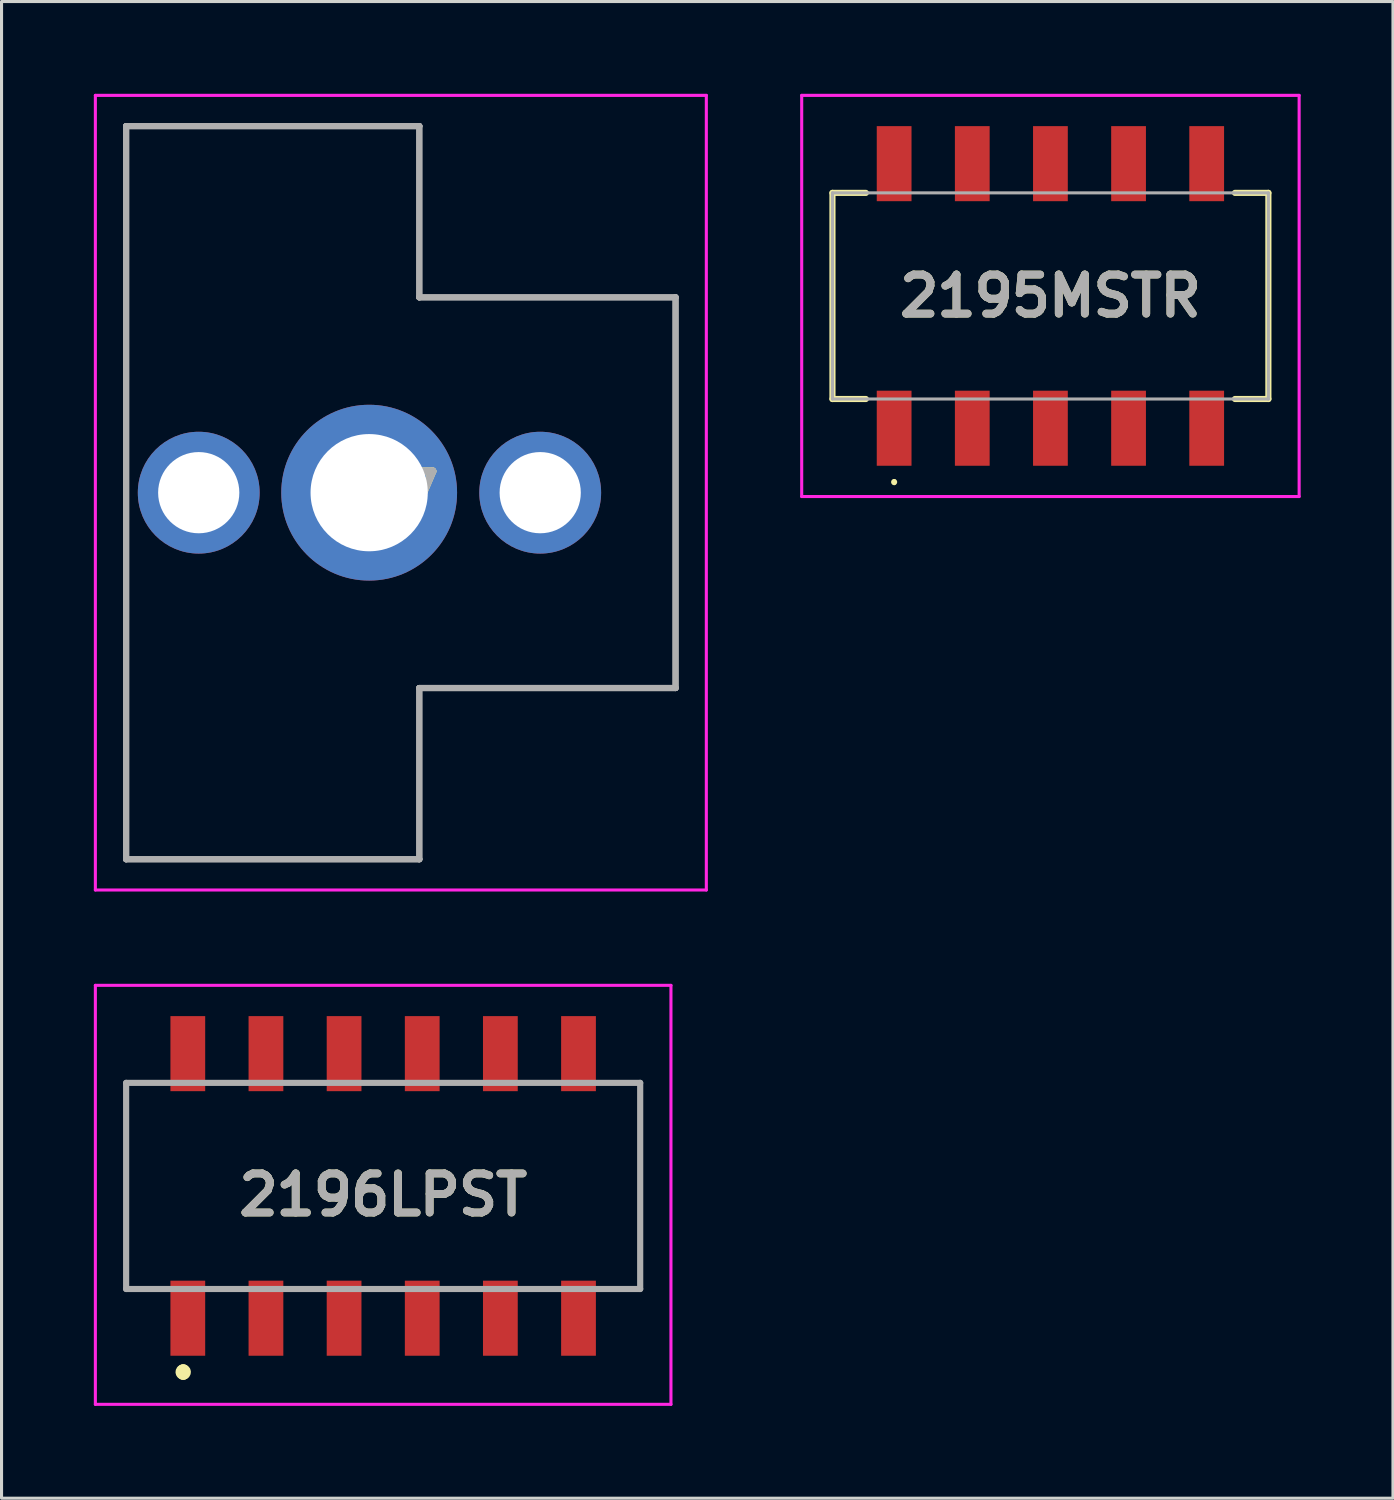
<source format=kicad_pcb>
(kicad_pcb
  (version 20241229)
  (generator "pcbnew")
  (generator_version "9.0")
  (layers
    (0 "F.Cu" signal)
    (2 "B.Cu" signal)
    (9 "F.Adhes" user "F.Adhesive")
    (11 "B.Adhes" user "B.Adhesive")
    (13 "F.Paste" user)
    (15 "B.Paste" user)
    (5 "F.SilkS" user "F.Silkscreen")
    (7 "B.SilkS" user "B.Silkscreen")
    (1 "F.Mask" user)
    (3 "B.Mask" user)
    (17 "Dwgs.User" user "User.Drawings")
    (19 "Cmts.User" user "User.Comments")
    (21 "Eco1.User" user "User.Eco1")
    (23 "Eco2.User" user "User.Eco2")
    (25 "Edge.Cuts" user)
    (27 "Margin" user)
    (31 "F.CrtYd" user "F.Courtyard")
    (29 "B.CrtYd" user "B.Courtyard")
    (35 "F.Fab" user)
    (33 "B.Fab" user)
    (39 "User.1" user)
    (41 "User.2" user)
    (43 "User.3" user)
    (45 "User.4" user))
  (footprint "2196LPST"
    (layer "F.Cu")
    (at 9.405 35.5)
    (property "Reference" "2196LPST" (at 0 0.29 0) (layer "F.SilkS") (effects (font (size 1.27 1.27) (thickness 0.254))))
    (attr smd)
    (fp_line (start -8.355 -3.35) (end -8.355 -3.35) (stroke (width 0.1) (type solid)) (layer "F.SilkS"))
    (fp_line (start -8.355 -3.35) (end -8.355 3.35) (stroke (width 0.1) (type solid)) (layer "F.SilkS"))
    (fp_line (start -8.355 3.35) (end -8.355 -3.35) (stroke (width 0.1) (type solid)) (layer "F.SilkS"))
    (fp_line (start -8.355 3.35) (end -8.355 3.35) (stroke (width 0.1) (type solid)) (layer "F.SilkS"))
    (fp_line (start -6.5 6) (end -6.5 6) (stroke (width 0.4) (type solid)) (layer "F.SilkS"))
    (fp_line (start -6.5 6.1) (end -6.5 6.1) (stroke (width 0.4) (type solid)) (layer "F.SilkS"))
    (fp_line (start 8.355 -3.35) (end 8.355 3.35) (stroke (width 0.1) (type solid)) (layer "F.SilkS"))
    (fp_arc (start -6.5 6) (mid -6.45 6.05) (end -6.5 6.1) (stroke (width 0.4) (type solid)) (layer "F.SilkS"))
    (fp_arc (start -6.5 6.1) (mid -6.55 6.05) (end -6.5 6) (stroke (width 0.4) (type solid)) (layer "F.SilkS"))
    (fp_line (start -9.355 -6.52) (end 9.355 -6.52) (stroke (width 0.1) (type solid)) (layer "F.CrtYd"))
    (fp_line (start -9.355 7.1) (end -9.355 -6.52) (stroke (width 0.1) (type solid)) (layer "F.CrtYd"))
    (fp_line (start 9.355 -6.52) (end 9.355 7.1) (stroke (width 0.1) (type solid)) (layer "F.CrtYd"))
    (fp_line (start 9.355 7.1) (end -9.355 7.1) (stroke (width 0.1) (type solid)) (layer "F.CrtYd"))
    (fp_line (start -8.355 -3.35) (end 8.355 -3.35) (stroke (width 0.2) (type solid)) (layer "F.Fab"))
    (fp_line (start -8.355 3.35) (end -8.355 -3.35) (stroke (width 0.2) (type solid)) (layer "F.Fab"))
    (fp_line (start 8.355 -3.35) (end 8.355 3.35) (stroke (width 0.2) (type solid)) (layer "F.Fab"))
    (fp_line (start 8.355 3.35) (end -8.355 3.35) (stroke (width 0.2) (type solid)) (layer "F.Fab"))
    (fp_text user "${REFERENCE}" (at 0 0.29 0) (layer "F.Fab") (effects (font (size 1.27 1.27) (thickness 0.254))))
    (pad "1" smd rect (at -6.35 4.3) (size 1.13 2.44) (layers "F.Cu" "F.Mask" "F.Paste"))
    (pad "2" smd rect (at -3.81 4.3) (size 1.13 2.44) (layers "F.Cu" "F.Mask" "F.Paste"))
    (pad "3" smd rect (at -1.27 4.3) (size 1.13 2.44) (layers "F.Cu" "F.Mask" "F.Paste"))
    (pad "4" smd rect (at 1.27 4.3) (size 1.13 2.44) (layers "F.Cu" "F.Mask" "F.Paste"))
    (pad "5" smd rect (at 3.81 4.3) (size 1.13 2.44) (layers "F.Cu" "F.Mask" "F.Paste"))
    (pad "6" smd rect (at 6.35 4.3) (size 1.13 2.44) (layers "F.Cu" "F.Mask" "F.Paste"))
    (pad "7" smd rect (at 6.35 -4.3) (size 1.13 2.44) (layers "F.Cu" "F.Mask" "F.Paste"))
    (pad "8" smd rect (at 3.81 -4.3) (size 1.13 2.44) (layers "F.Cu" "F.Mask" "F.Paste"))
    (pad "9" smd rect (at 1.27 -4.3) (size 1.13 2.44) (layers "F.Cu" "F.Mask" "F.Paste"))
    (pad "10" smd rect (at -1.27 -4.3) (size 1.13 2.44) (layers "F.Cu" "F.Mask" "F.Paste"))
    (pad "11" smd rect (at -3.81 -4.3) (size 1.13 2.44) (layers "F.Cu" "F.Mask" "F.Paste"))
    (pad "12" smd rect (at -6.35 -4.3) (size 1.13 2.44) (layers "F.Cu" "F.Mask" "F.Paste")))
  (footprint "2195MSTR"
    (layer "F.Cu")
    (at 31.095 6.57)
    (property "Reference" "2195MSTR" (at 0 0 0) (layer "F.SilkS") (effects (font (size 1.27 1.27) (thickness 0.254))))
    (attr smd)
    (fp_line (start -7.085 -3.35) (end -7.085 3.35) (stroke (width 0.2) (type solid)) (layer "F.SilkS"))
    (fp_line (start -7.085 3.35) (end -6 3.35) (stroke (width 0.2) (type solid)) (layer "F.SilkS"))
    (fp_line (start -6 -3.35) (end -7.085 -3.35) (stroke (width 0.2) (type solid)) (layer "F.SilkS"))
    (fp_line (start -5.08 6) (end -5.08 6) (stroke (width 0.1) (type solid)) (layer "F.SilkS"))
    (fp_line (start -5.08 6.1) (end -5.08 6.1) (stroke (width 0.1) (type solid)) (layer "F.SilkS"))
    (fp_line (start 6 -3.35) (end 7.085 -3.35) (stroke (width 0.2) (type solid)) (layer "F.SilkS"))
    (fp_line (start 7.085 -3.35) (end 7.085 3.35) (stroke (width 0.2) (type solid)) (layer "F.SilkS"))
    (fp_line (start 7.085 3.35) (end 6 3.35) (stroke (width 0.2) (type solid)) (layer "F.SilkS"))
    (fp_arc (start -5.08 6) (mid -5.03 6.05) (end -5.08 6.1) (stroke (width 0.1) (type solid)) (layer "F.SilkS"))
    (fp_arc (start -5.08 6.1) (mid -5.13 6.05) (end -5.08 6) (stroke (width 0.1) (type solid)) (layer "F.SilkS"))
    (fp_line (start -8.085 -6.52) (end 8.085 -6.52) (stroke (width 0.1) (type solid)) (layer "F.CrtYd"))
    (fp_line (start -8.085 6.52) (end -8.085 -6.52) (stroke (width 0.1) (type solid)) (layer "F.CrtYd"))
    (fp_line (start 8.085 -6.52) (end 8.085 6.52) (stroke (width 0.1) (type solid)) (layer "F.CrtYd"))
    (fp_line (start 8.085 6.52) (end -8.085 6.52) (stroke (width 0.1) (type solid)) (layer "F.CrtYd"))
    (fp_line (start -7.085 -3.35) (end 7.085 -3.35) (stroke (width 0.1) (type solid)) (layer "F.Fab"))
    (fp_line (start -7.085 3.35) (end -7.085 -3.35) (stroke (width 0.1) (type solid)) (layer "F.Fab"))
    (fp_line (start 7.085 -3.35) (end 7.085 3.35) (stroke (width 0.1) (type solid)) (layer "F.Fab"))
    (fp_line (start 7.085 3.35) (end -7.085 3.35) (stroke (width 0.1) (type solid)) (layer "F.Fab"))
    (fp_text user "${REFERENCE}" (at 0 0 0) (layer "F.Fab") (effects (font (size 1.27 1.27) (thickness 0.254))))
    (pad "A1" smd rect (at -5.08 4.3) (size 1.13 2.44) (layers "F.Cu" "F.Mask" "F.Paste"))
    (pad "A2" smd rect (at -2.54 4.3) (size 1.13 2.44) (layers "F.Cu" "F.Mask" "F.Paste"))
    (pad "A3" smd rect (at 0 4.3) (size 1.13 2.44) (layers "F.Cu" "F.Mask" "F.Paste"))
    (pad "A4" smd rect (at 2.54 4.3) (size 1.13 2.44) (layers "F.Cu" "F.Mask" "F.Paste"))
    (pad "A5" smd rect (at 5.08 4.3) (size 1.13 2.44) (layers "F.Cu" "F.Mask" "F.Paste"))
    (pad "B1" smd rect (at -5.08 -4.3) (size 1.13 2.44) (layers "F.Cu" "F.Mask" "F.Paste"))
    (pad "B2" smd rect (at -2.54 -4.3) (size 1.13 2.44) (layers "F.Cu" "F.Mask" "F.Paste"))
    (pad "B3" smd rect (at 0 -4.3) (size 1.13 2.44) (layers "F.Cu" "F.Mask" "F.Paste"))
    (pad "B4" smd rect (at 2.54 -4.3) (size 1.13 2.44) (layers "F.Cu" "F.Mask" "F.Paste"))
    (pad "B5" smd rect (at 5.08 -4.3) (size 1.13 2.44) (layers "F.Cu" "F.Mask" "F.Paste")))
  (footprint "87"
    (layer "F.Cu")
    (at 3.41 12.965)
    (property "Reference" "87" (at 6.57 0 0) (layer "F.SilkS") (effects (font (size 1.27 1.27) (thickness 0.254))))
    (attr through_hole)
    (fp_line (start -2.36 -11.915) (end -2.36 -11.915) (stroke (width 0.1) (type solid)) (layer "F.SilkS"))
    (fp_line (start -2.36 -11.915) (end -2.36 -11.915) (stroke (width 0.1) (type solid)) (layer "F.SilkS"))
    (fp_line (start -2.36 -11.915) (end -2.36 11.915) (stroke (width 0.1) (type solid)) (layer "F.SilkS"))
    (fp_line (start -2.36 -11.915) (end 7.17 -11.915) (stroke (width 0.1) (type solid)) (layer "F.SilkS"))
    (fp_line (start -2.36 11.915) (end -2.36 -11.915) (stroke (width 0.1) (type solid)) (layer "F.SilkS"))
    (fp_line (start -2.36 11.915) (end -2.36 11.915) (stroke (width 0.1) (type solid)) (layer "F.SilkS"))
    (fp_line (start -2.36 11.915) (end -2.36 11.915) (stroke (width 0.1) (type solid)) (layer "F.SilkS"))
    (fp_line (start -2.36 11.915) (end 7.17 11.915) (stroke (width 0.1) (type solid)) (layer "F.SilkS"))
    (fp_line (start 7.17 -11.915) (end -2.36 -11.915) (stroke (width 0.1) (type solid)) (layer "F.SilkS"))
    (fp_line (start 7.17 -11.915) (end 7.17 -11.915) (stroke (width 0.1) (type solid)) (layer "F.SilkS"))
    (fp_line (start 7.17 -11.915) (end 7.17 -11.915) (stroke (width 0.1) (type solid)) (layer "F.SilkS"))
    (fp_line (start 7.17 -11.915) (end 7.17 -6.35) (stroke (width 0.1) (type solid)) (layer "F.SilkS"))
    (fp_line (start 7.17 -6.35) (end 7.17 -11.915) (stroke (width 0.1) (type solid)) (layer "F.SilkS"))
    (fp_line (start 7.17 -6.35) (end 7.17 -6.35) (stroke (width 0.1) (type solid)) (layer "F.SilkS"))
    (fp_line (start 7.17 -6.35) (end 7.17 -6.35) (stroke (width 0.1) (type solid)) (layer "F.SilkS"))
    (fp_line (start 7.17 -6.35) (end 15.5 -6.35) (stroke (width 0.1) (type solid)) (layer "F.SilkS"))
    (fp_line (start 7.17 6.35) (end 7.17 6.35) (stroke (width 0.1) (type solid)) (layer "F.SilkS"))
    (fp_line (start 7.17 6.35) (end 7.17 6.35) (stroke (width 0.1) (type solid)) (layer "F.SilkS"))
    (fp_line (start 7.17 6.35) (end 7.17 11.915) (stroke (width 0.1) (type solid)) (layer "F.SilkS"))
    (fp_line (start 7.17 6.35) (end 15.5 6.35) (stroke (width 0.1) (type solid)) (layer "F.SilkS"))
    (fp_line (start 7.17 11.915) (end -2.36 11.915) (stroke (width 0.1) (type solid)) (layer "F.SilkS"))
    (fp_line (start 7.17 11.915) (end 7.17 6.35) (stroke (width 0.1) (type solid)) (layer "F.SilkS"))
    (fp_line (start 7.17 11.915) (end 7.17 11.915) (stroke (width 0.1) (type solid)) (layer "F.SilkS"))
    (fp_line (start 7.17 11.915) (end 7.17 11.915) (stroke (width 0.1) (type solid)) (layer "F.SilkS"))
    (fp_line (start 15.5 -6.35) (end 7.17 -6.35) (stroke (width 0.1) (type solid)) (layer "F.SilkS"))
    (fp_line (start 15.5 -6.35) (end 15.5 -6.35) (stroke (width 0.1) (type solid)) (layer "F.SilkS"))
    (fp_line (start 15.5 -6.35) (end 15.5 -6.35) (stroke (width 0.1) (type solid)) (layer "F.SilkS"))
    (fp_line (start 15.5 -6.35) (end 15.5 6.35) (stroke (width 0.1) (type solid)) (layer "F.SilkS"))
    (fp_line (start 15.5 6.35) (end 7.17 6.35) (stroke (width 0.1) (type solid)) (layer "F.SilkS"))
    (fp_line (start 15.5 6.35) (end 15.5 -6.35) (stroke (width 0.1) (type solid)) (layer "F.SilkS"))
    (fp_line (start 15.5 6.35) (end 15.5 6.35) (stroke (width 0.1) (type solid)) (layer "F.SilkS"))
    (fp_line (start 15.5 6.35) (end 15.5 6.35) (stroke (width 0.1) (type solid)) (layer "F.SilkS"))
    (fp_line (start -3.36 -12.915) (end 16.5 -12.915) (stroke (width 0.1) (type solid)) (layer "F.CrtYd"))
    (fp_line (start -3.36 12.915) (end -3.36 -12.915) (stroke (width 0.1) (type solid)) (layer "F.CrtYd"))
    (fp_line (start 16.5 -12.915) (end 16.5 12.915) (stroke (width 0.1) (type solid)) (layer "F.CrtYd"))
    (fp_line (start 16.5 12.915) (end -3.36 12.915) (stroke (width 0.1) (type solid)) (layer "F.CrtYd"))
    (fp_line (start -2.36 -11.915) (end -2.36 -11.915) (stroke (width 0.2) (type solid)) (layer "F.Fab"))
    (fp_line (start -2.36 -11.915) (end -2.36 -11.915) (stroke (width 0.2) (type solid)) (layer "F.Fab"))
    (fp_line (start -2.36 -11.915) (end -2.36 11.915) (stroke (width 0.2) (type solid)) (layer "F.Fab"))
    (fp_line (start -2.36 -11.915) (end 7.17 -11.915) (stroke (width 0.2) (type solid)) (layer "F.Fab"))
    (fp_line (start -2.36 11.915) (end -2.36 -11.915) (stroke (width 0.2) (type solid)) (layer "F.Fab"))
    (fp_line (start -2.36 11.915) (end -2.36 11.915) (stroke (width 0.2) (type solid)) (layer "F.Fab"))
    (fp_line (start -2.36 11.915) (end -2.36 11.915) (stroke (width 0.2) (type solid)) (layer "F.Fab"))
    (fp_line (start -2.36 11.915) (end 7.17 11.915) (stroke (width 0.2) (type solid)) (layer "F.Fab"))
    (fp_line (start 7.17 -11.915) (end -2.36 -11.915) (stroke (width 0.2) (type solid)) (layer "F.Fab"))
    (fp_line (start 7.17 -11.915) (end 7.17 -11.915) (stroke (width 0.2) (type solid)) (layer "F.Fab"))
    (fp_line (start 7.17 -11.915) (end 7.17 -11.915) (stroke (width 0.2) (type solid)) (layer "F.Fab"))
    (fp_line (start 7.17 -11.915) (end 7.17 -6.35) (stroke (width 0.2) (type solid)) (layer "F.Fab"))
    (fp_line (start 7.17 -6.35) (end 7.17 -11.915) (stroke (width 0.2) (type solid)) (layer "F.Fab"))
    (fp_line (start 7.17 -6.35) (end 7.17 -6.35) (stroke (width 0.2) (type solid)) (layer "F.Fab"))
    (fp_line (start 7.17 -6.35) (end 7.17 -6.35) (stroke (width 0.2) (type solid)) (layer "F.Fab"))
    (fp_line (start 7.17 -6.35) (end 15.5 -6.35) (stroke (width 0.2) (type solid)) (layer "F.Fab"))
    (fp_line (start 7.17 6.35) (end 7.17 6.35) (stroke (width 0.2) (type solid)) (layer "F.Fab"))
    (fp_line (start 7.17 6.35) (end 7.17 6.35) (stroke (width 0.2) (type solid)) (layer "F.Fab"))
    (fp_line (start 7.17 6.35) (end 7.17 11.915) (stroke (width 0.2) (type solid)) (layer "F.Fab"))
    (fp_line (start 7.17 6.35) (end 15.5 6.35) (stroke (width 0.2) (type solid)) (layer "F.Fab"))
    (fp_line (start 7.17 11.915) (end -2.36 11.915) (stroke (width 0.2) (type solid)) (layer "F.Fab"))
    (fp_line (start 7.17 11.915) (end 7.17 6.35) (stroke (width 0.2) (type solid)) (layer "F.Fab"))
    (fp_line (start 7.17 11.915) (end 7.17 11.915) (stroke (width 0.2) (type solid)) (layer "F.Fab"))
    (fp_line (start 7.17 11.915) (end 7.17 11.915) (stroke (width 0.2) (type solid)) (layer "F.Fab"))
    (fp_line (start 15.5 -6.35) (end 7.17 -6.35) (stroke (width 0.2) (type solid)) (layer "F.Fab"))
    (fp_line (start 15.5 -6.35) (end 15.5 -6.35) (stroke (width 0.2) (type solid)) (layer "F.Fab"))
    (fp_line (start 15.5 -6.35) (end 15.5 -6.35) (stroke (width 0.2) (type solid)) (layer "F.Fab"))
    (fp_line (start 15.5 -6.35) (end 15.5 6.35) (stroke (width 0.2) (type solid)) (layer "F.Fab"))
    (fp_line (start 15.5 6.35) (end 7.17 6.35) (stroke (width 0.2) (type solid)) (layer "F.Fab"))
    (fp_line (start 15.5 6.35) (end 15.5 -6.35) (stroke (width 0.2) (type solid)) (layer "F.Fab"))
    (fp_line (start 15.5 6.35) (end 15.5 6.35) (stroke (width 0.2) (type solid)) (layer "F.Fab"))
    (fp_line (start 15.5 6.35) (end 15.5 6.35) (stroke (width 0.2) (type solid)) (layer "F.Fab"))
    (fp_text user "${REFERENCE}" (at 6.57 0 0) (layer "F.Fab") (effects (font (size 1.27 1.27) (thickness 0.254))))
    (pad "1" thru_hole circle (at 0 0) (size 3.96 3.96) (drill 2.64) (layers "*.Cu" "*.Mask"))
    (pad "2" thru_hole circle (at 5.54 0) (size 5.715 5.715) (drill 3.81) (layers "*.Cu" "*.Mask"))
    (pad "3" thru_hole circle (at 11.1 0) (size 3.96 3.96) (drill 2.64) (layers "*.Cu" "*.Mask")))
  (gr_rect
    (start -3 -3)
    (end 42.23 45.65)
    (stroke (width 0.1) (type default))
    (fill no)
    (layer "Edge.Cuts")))
</source>
